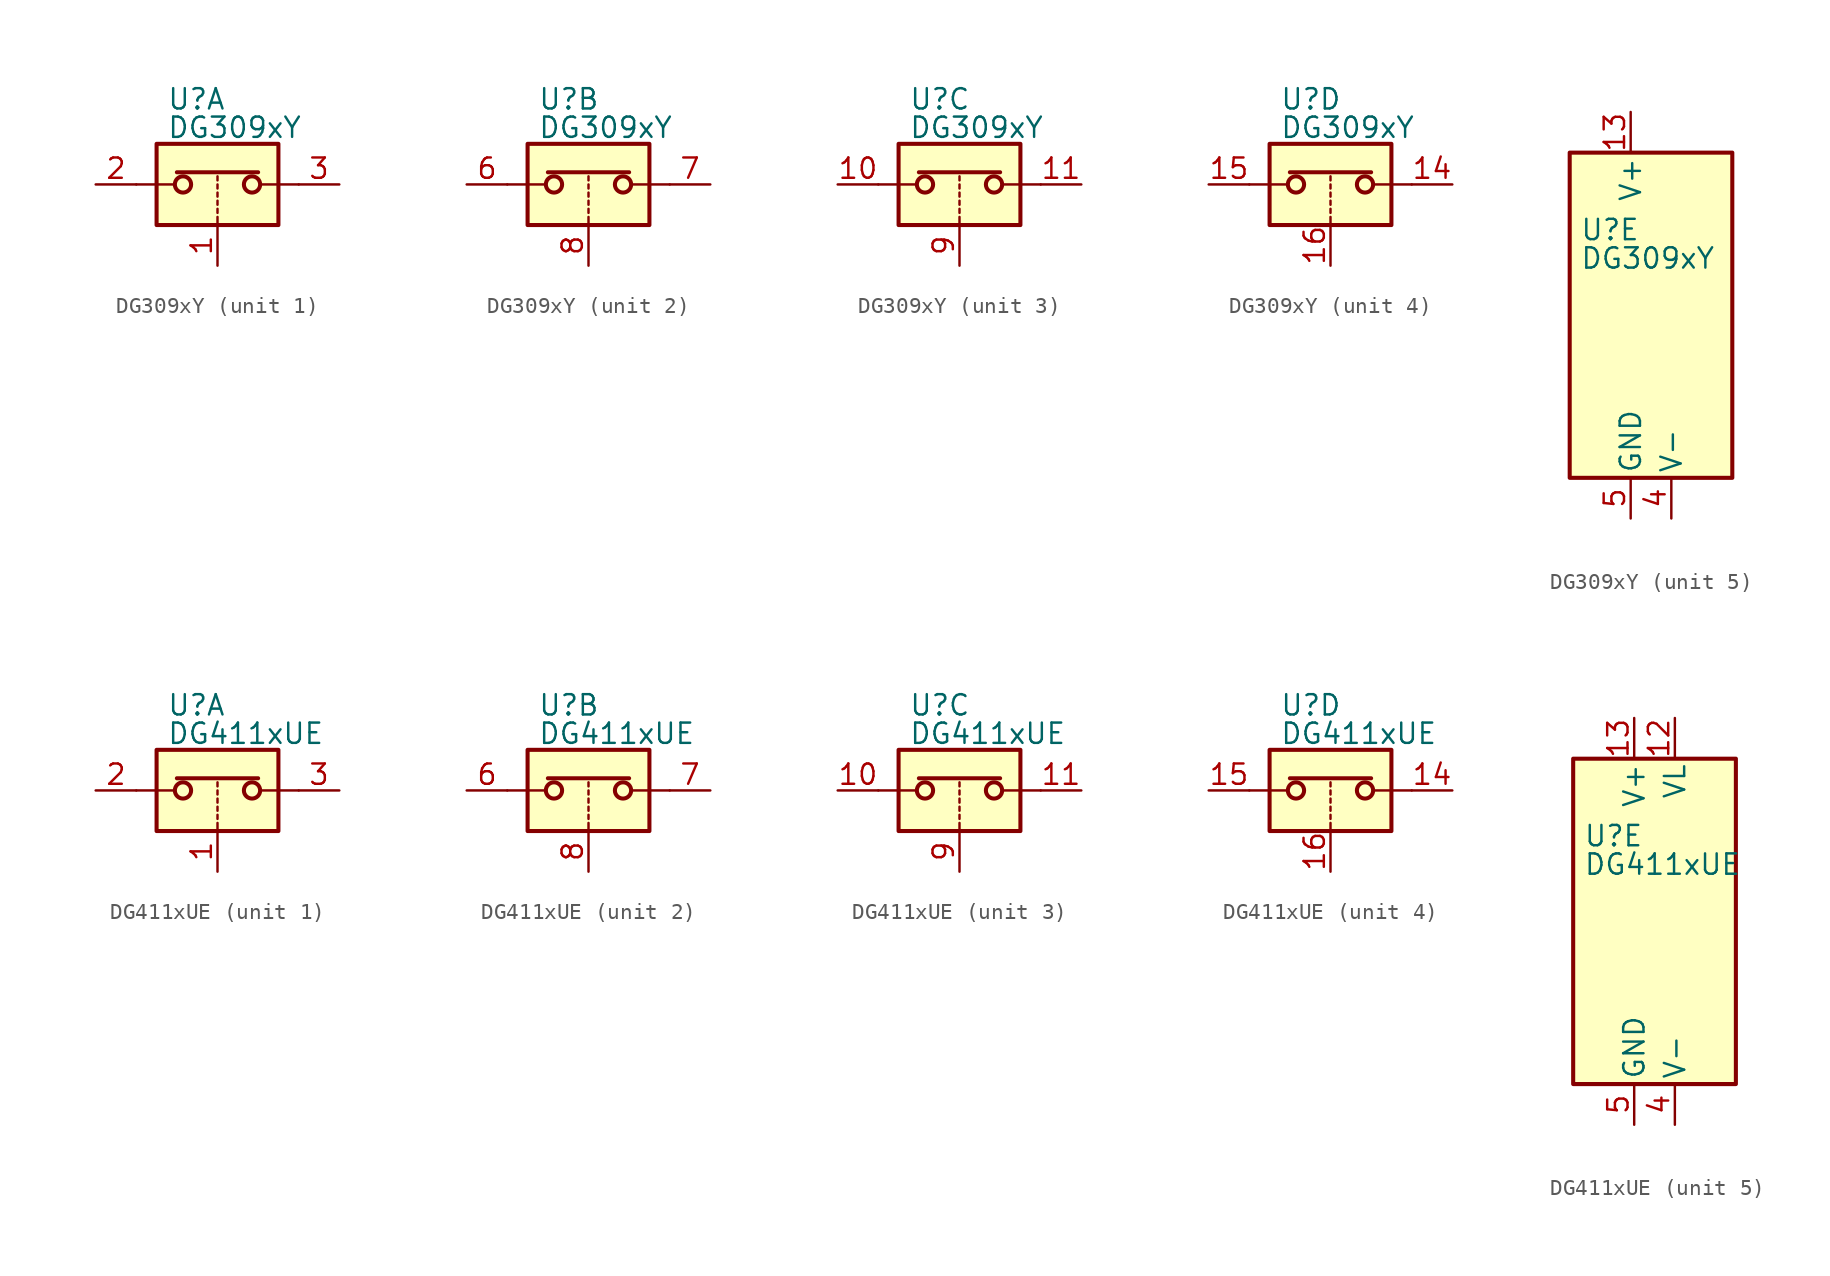
<source format=kicad_sym>
(kicad_symbol_lib
  (version 20211014)
  (generator kicad_symbol_editor)
  (symbol "DG309xY"
    (pin_names
      (offset 0.254))
    (property "Reference" "U"
      (at -3.175 5.334 0)
      (effects (font (size 1.27 1.27)) (justify left)))
    (property "Value" "DG309xY"
      (at -3.175 3.556 0)
      (effects (font (size 1.27 1.27)) (justify left)))
    (symbol "DG309xY_1_1"
      (rectangle (start -3.81 2.54) (end 3.81 -2.54) (stroke (width 0.254) (type default) (color 0 0 0 0)) (fill (type background)))
      (circle (center -2.159 0) (radius 0.508) (stroke (width 0.254) (type default) (color 0 0 0 0)) (fill (type none)))
      (polyline (pts (xy -5.08 0) (xy -2.794 0)) (stroke (width 0) (type default) (color 0 0 0 0)) (fill (type none)))
      (polyline (pts (xy -2.54 0.762) (xy 2.54 0.762)) (stroke (width 0.254) (type default) (color 0 0 0 0)) (fill (type none)))
      (polyline (pts (xy 0 -2.54) (xy 0 -2.032)) (stroke (width 0) (type default) (color 0 0 0 0)) (fill (type none)))
      (polyline (pts (xy 0 -1.778) (xy 0 -1.524)) (stroke (width 0) (type default) (color 0 0 0 0)) (fill (type none)))
      (polyline (pts (xy 0 -1.27) (xy 0 -1.016)) (stroke (width 0) (type default) (color 0 0 0 0)) (fill (type none)))
      (polyline (pts (xy 0 -0.762) (xy 0 -0.508)) (stroke (width 0) (type default) (color 0 0 0 0)) (fill (type none)))
      (polyline (pts (xy 0 -0.254) (xy 0 0)) (stroke (width 0) (type default) (color 0 0 0 0)) (fill (type none)))
      (polyline (pts (xy 0 0.254) (xy 0 0.508)) (stroke (width 0) (type default) (color 0 0 0 0)) (fill (type none)))
      (polyline (pts (xy 5.08 0) (xy 2.794 0)) (stroke (width 0) (type default) (color 0 0 0 0)) (fill (type none)))
      (circle (center 2.159 0) (radius 0.508) (stroke (width 0.254) (type default) (color 0 0 0 0)) (fill (type none)))
      (pin input line (at 0 -5.08 90) (length 2.54) (name "~" (effects (font (size 1.27 1.27)))) (number "1" (effects (font (size 1.27 1.27)))))
      (pin passive line (at -7.62 0 0) (length 2.54) (name "~" (effects (font (size 1.27 1.27)))) (number "2" (effects (font (size 1.27 1.27)))))
      (pin passive line (at 7.62 0 180) (length 2.54) (name "~" (effects (font (size 1.27 1.27)))) (number "3" (effects (font (size 1.27 1.27))))))
    (symbol "DG309xY_2_1"
      (rectangle (start -3.81 2.54) (end 3.81 -2.54) (stroke (width 0.254) (type default) (color 0 0 0 0)) (fill (type background)))
      (circle (center -2.159 0) (radius 0.508) (stroke (width 0.254) (type default) (color 0 0 0 0)) (fill (type none)))
      (polyline (pts (xy -5.08 0) (xy -2.794 0)) (stroke (width 0) (type default) (color 0 0 0 0)) (fill (type none)))
      (polyline (pts (xy -2.54 0.762) (xy 2.54 0.762)) (stroke (width 0.254) (type default) (color 0 0 0 0)) (fill (type none)))
      (polyline (pts (xy 0 -2.54) (xy 0 -2.032)) (stroke (width 0) (type default) (color 0 0 0 0)) (fill (type none)))
      (polyline (pts (xy 0 -1.778) (xy 0 -1.524)) (stroke (width 0) (type default) (color 0 0 0 0)) (fill (type none)))
      (polyline (pts (xy 0 -1.27) (xy 0 -1.016)) (stroke (width 0) (type default) (color 0 0 0 0)) (fill (type none)))
      (polyline (pts (xy 0 -0.762) (xy 0 -0.508)) (stroke (width 0) (type default) (color 0 0 0 0)) (fill (type none)))
      (polyline (pts (xy 0 -0.254) (xy 0 0)) (stroke (width 0) (type default) (color 0 0 0 0)) (fill (type none)))
      (polyline (pts (xy 0 0.254) (xy 0 0.508)) (stroke (width 0) (type default) (color 0 0 0 0)) (fill (type none)))
      (polyline (pts (xy 5.08 0) (xy 2.794 0)) (stroke (width 0) (type default) (color 0 0 0 0)) (fill (type none)))
      (circle (center 2.159 0) (radius 0.508) (stroke (width 0.254) (type default) (color 0 0 0 0)) (fill (type none)))
      (pin passive line (at -7.62 0 0) (length 2.54) (name "~" (effects (font (size 1.27 1.27)))) (number "6" (effects (font (size 1.27 1.27)))))
      (pin passive line (at 7.62 0 180) (length 2.54) (name "~" (effects (font (size 1.27 1.27)))) (number "7" (effects (font (size 1.27 1.27)))))
      (pin input line (at 0 -5.08 90) (length 2.54) (name "~" (effects (font (size 1.27 1.27)))) (number "8" (effects (font (size 1.27 1.27))))))
    (symbol "DG309xY_3_1"
      (rectangle (start -3.81 2.54) (end 3.81 -2.54) (stroke (width 0.254) (type default) (color 0 0 0 0)) (fill (type background)))
      (circle (center -2.159 0) (radius 0.508) (stroke (width 0.254) (type default) (color 0 0 0 0)) (fill (type none)))
      (polyline (pts (xy -5.08 0) (xy -2.794 0)) (stroke (width 0) (type default) (color 0 0 0 0)) (fill (type none)))
      (polyline (pts (xy -2.54 0.762) (xy 2.54 0.762)) (stroke (width 0.254) (type default) (color 0 0 0 0)) (fill (type none)))
      (polyline (pts (xy 0 -2.54) (xy 0 -2.032)) (stroke (width 0) (type default) (color 0 0 0 0)) (fill (type none)))
      (polyline (pts (xy 0 -1.778) (xy 0 -1.524)) (stroke (width 0) (type default) (color 0 0 0 0)) (fill (type none)))
      (polyline (pts (xy 0 -1.27) (xy 0 -1.016)) (stroke (width 0) (type default) (color 0 0 0 0)) (fill (type none)))
      (polyline (pts (xy 0 -0.762) (xy 0 -0.508)) (stroke (width 0) (type default) (color 0 0 0 0)) (fill (type none)))
      (polyline (pts (xy 0 -0.254) (xy 0 0)) (stroke (width 0) (type default) (color 0 0 0 0)) (fill (type none)))
      (polyline (pts (xy 0 0.254) (xy 0 0.508)) (stroke (width 0) (type default) (color 0 0 0 0)) (fill (type none)))
      (polyline (pts (xy 5.08 0) (xy 2.794 0)) (stroke (width 0) (type default) (color 0 0 0 0)) (fill (type none)))
      (circle (center 2.159 0) (radius 0.508) (stroke (width 0.254) (type default) (color 0 0 0 0)) (fill (type none)))
      (pin passive line (at -7.62 0 0) (length 2.54) (name "~" (effects (font (size 1.27 1.27)))) (number "10" (effects (font (size 1.27 1.27)))))
      (pin passive line (at 7.62 0 180) (length 2.54) (name "~" (effects (font (size 1.27 1.27)))) (number "11" (effects (font (size 1.27 1.27)))))
      (pin input line (at 0 -5.08 90) (length 2.54) (name "~" (effects (font (size 1.27 1.27)))) (number "9" (effects (font (size 1.27 1.27))))))
    (symbol "DG309xY_4_1"
      (rectangle (start -3.81 2.54) (end 3.81 -2.54) (stroke (width 0.254) (type default) (color 0 0 0 0)) (fill (type background)))
      (circle (center -2.159 0) (radius 0.508) (stroke (width 0.254) (type default) (color 0 0 0 0)) (fill (type none)))
      (polyline (pts (xy -5.08 0) (xy -2.794 0)) (stroke (width 0) (type default) (color 0 0 0 0)) (fill (type none)))
      (polyline (pts (xy -2.54 0.762) (xy 2.54 0.762)) (stroke (width 0.254) (type default) (color 0 0 0 0)) (fill (type none)))
      (polyline (pts (xy 0 -2.54) (xy 0 -2.032)) (stroke (width 0) (type default) (color 0 0 0 0)) (fill (type none)))
      (polyline (pts (xy 0 -1.778) (xy 0 -1.524)) (stroke (width 0) (type default) (color 0 0 0 0)) (fill (type none)))
      (polyline (pts (xy 0 -1.27) (xy 0 -1.016)) (stroke (width 0) (type default) (color 0 0 0 0)) (fill (type none)))
      (polyline (pts (xy 0 -0.762) (xy 0 -0.508)) (stroke (width 0) (type default) (color 0 0 0 0)) (fill (type none)))
      (polyline (pts (xy 0 -0.254) (xy 0 0)) (stroke (width 0) (type default) (color 0 0 0 0)) (fill (type none)))
      (polyline (pts (xy 0 0.254) (xy 0 0.508)) (stroke (width 0) (type default) (color 0 0 0 0)) (fill (type none)))
      (polyline (pts (xy 5.08 0) (xy 2.794 0)) (stroke (width 0) (type default) (color 0 0 0 0)) (fill (type none)))
      (circle (center 2.159 0) (radius 0.508) (stroke (width 0.254) (type default) (color 0 0 0 0)) (fill (type none)))
      (pin passive line (at 7.62 0 180) (length 2.54) (name "~" (effects (font (size 1.27 1.27)))) (number "14" (effects (font (size 1.27 1.27)))))
      (pin passive line (at -7.62 0 0) (length 2.54) (name "~" (effects (font (size 1.27 1.27)))) (number "15" (effects (font (size 1.27 1.27)))))
      (pin input line (at 0 -5.08 90) (length 2.54) (name "~" (effects (font (size 1.27 1.27)))) (number "16" (effects (font (size 1.27 1.27))))))
    (symbol "DG309xY_5_0"
      (pin no_connect line (at 2.54 10.16 270) (length 2.54) hide (name "NC" (effects (font (size 1.27 1.27)))) (number "12" (effects (font (size 1.27 1.27)))))
      (pin power_in line (at 0 12.7 270) (length 2.54) (name "V+" (effects (font (size 1.27 1.27)))) (number "13" (effects (font (size 1.27 1.27)))))
      (pin power_in line (at 2.54 -12.7 90) (length 2.54) (name "V-" (effects (font (size 1.27 1.27)))) (number "4" (effects (font (size 1.27 1.27)))))
      (pin power_in line (at 0 -12.7 90) (length 2.54) (name "GND" (effects (font (size 1.27 1.27)))) (number "5" (effects (font (size 1.27 1.27))))))
    (symbol "DG309xY_5_1"
      (rectangle (start -3.81 10.16) (end 6.35 -10.16) (stroke (width 0.254) (type default) (color 0 0 0 0)) (fill (type background)))))
  (symbol "DG411xUE"
    (pin_names
      (offset 0.254))
    (property "Reference" "U"
      (at -3.175 5.334 0)
      (effects (font (size 1.27 1.27)) (justify left)))
    (property "Value" "DG411xUE"
      (at -3.175 3.556 0)
      (effects (font (size 1.27 1.27)) (justify left)))
    (symbol "DG411xUE_1_1"
      (rectangle (start -3.81 2.54) (end 3.81 -2.54) (stroke (width 0.254) (type default) (color 0 0 0 0)) (fill (type background)))
      (circle (center -2.159 0) (radius 0.508) (stroke (width 0.254) (type default) (color 0 0 0 0)) (fill (type none)))
      (polyline (pts (xy -5.08 0) (xy -2.794 0)) (stroke (width 0) (type default) (color 0 0 0 0)) (fill (type none)))
      (polyline (pts (xy -2.54 0.762) (xy 2.54 0.762)) (stroke (width 0.254) (type default) (color 0 0 0 0)) (fill (type none)))
      (polyline (pts (xy 0 -2.54) (xy 0 -2.032)) (stroke (width 0) (type default) (color 0 0 0 0)) (fill (type none)))
      (polyline (pts (xy 0 -1.778) (xy 0 -1.524)) (stroke (width 0) (type default) (color 0 0 0 0)) (fill (type none)))
      (polyline (pts (xy 0 -1.27) (xy 0 -1.016)) (stroke (width 0) (type default) (color 0 0 0 0)) (fill (type none)))
      (polyline (pts (xy 0 -0.762) (xy 0 -0.508)) (stroke (width 0) (type default) (color 0 0 0 0)) (fill (type none)))
      (polyline (pts (xy 0 -0.254) (xy 0 0)) (stroke (width 0) (type default) (color 0 0 0 0)) (fill (type none)))
      (polyline (pts (xy 0 0.254) (xy 0 0.508)) (stroke (width 0) (type default) (color 0 0 0 0)) (fill (type none)))
      (polyline (pts (xy 5.08 0) (xy 2.794 0)) (stroke (width 0) (type default) (color 0 0 0 0)) (fill (type none)))
      (circle (center 2.159 0) (radius 0.508) (stroke (width 0.254) (type default) (color 0 0 0 0)) (fill (type none)))
      (pin input line (at 0 -5.08 90) (length 2.54) (name "~" (effects (font (size 1.27 1.27)))) (number "1" (effects (font (size 1.27 1.27)))))
      (pin passive line (at -7.62 0 0) (length 2.54) (name "~" (effects (font (size 1.27 1.27)))) (number "2" (effects (font (size 1.27 1.27)))))
      (pin passive line (at 7.62 0 180) (length 2.54) (name "~" (effects (font (size 1.27 1.27)))) (number "3" (effects (font (size 1.27 1.27))))))
    (symbol "DG411xUE_2_1"
      (rectangle (start -3.81 2.54) (end 3.81 -2.54) (stroke (width 0.254) (type default) (color 0 0 0 0)) (fill (type background)))
      (circle (center -2.159 0) (radius 0.508) (stroke (width 0.254) (type default) (color 0 0 0 0)) (fill (type none)))
      (polyline (pts (xy -5.08 0) (xy -2.794 0)) (stroke (width 0) (type default) (color 0 0 0 0)) (fill (type none)))
      (polyline (pts (xy -2.54 0.762) (xy 2.54 0.762)) (stroke (width 0.254) (type default) (color 0 0 0 0)) (fill (type none)))
      (polyline (pts (xy 0 -2.54) (xy 0 -2.032)) (stroke (width 0) (type default) (color 0 0 0 0)) (fill (type none)))
      (polyline (pts (xy 0 -1.778) (xy 0 -1.524)) (stroke (width 0) (type default) (color 0 0 0 0)) (fill (type none)))
      (polyline (pts (xy 0 -1.27) (xy 0 -1.016)) (stroke (width 0) (type default) (color 0 0 0 0)) (fill (type none)))
      (polyline (pts (xy 0 -0.762) (xy 0 -0.508)) (stroke (width 0) (type default) (color 0 0 0 0)) (fill (type none)))
      (polyline (pts (xy 0 -0.254) (xy 0 0)) (stroke (width 0) (type default) (color 0 0 0 0)) (fill (type none)))
      (polyline (pts (xy 0 0.254) (xy 0 0.508)) (stroke (width 0) (type default) (color 0 0 0 0)) (fill (type none)))
      (polyline (pts (xy 5.08 0) (xy 2.794 0)) (stroke (width 0) (type default) (color 0 0 0 0)) (fill (type none)))
      (circle (center 2.159 0) (radius 0.508) (stroke (width 0.254) (type default) (color 0 0 0 0)) (fill (type none)))
      (pin passive line (at -7.62 0 0) (length 2.54) (name "~" (effects (font (size 1.27 1.27)))) (number "6" (effects (font (size 1.27 1.27)))))
      (pin passive line (at 7.62 0 180) (length 2.54) (name "~" (effects (font (size 1.27 1.27)))) (number "7" (effects (font (size 1.27 1.27)))))
      (pin input line (at 0 -5.08 90) (length 2.54) (name "~" (effects (font (size 1.27 1.27)))) (number "8" (effects (font (size 1.27 1.27))))))
    (symbol "DG411xUE_3_1"
      (rectangle (start -3.81 2.54) (end 3.81 -2.54) (stroke (width 0.254) (type default) (color 0 0 0 0)) (fill (type background)))
      (circle (center -2.159 0) (radius 0.508) (stroke (width 0.254) (type default) (color 0 0 0 0)) (fill (type none)))
      (polyline (pts (xy -5.08 0) (xy -2.794 0)) (stroke (width 0) (type default) (color 0 0 0 0)) (fill (type none)))
      (polyline (pts (xy -2.54 0.762) (xy 2.54 0.762)) (stroke (width 0.254) (type default) (color 0 0 0 0)) (fill (type none)))
      (polyline (pts (xy 0 -2.54) (xy 0 -2.032)) (stroke (width 0) (type default) (color 0 0 0 0)) (fill (type none)))
      (polyline (pts (xy 0 -1.778) (xy 0 -1.524)) (stroke (width 0) (type default) (color 0 0 0 0)) (fill (type none)))
      (polyline (pts (xy 0 -1.27) (xy 0 -1.016)) (stroke (width 0) (type default) (color 0 0 0 0)) (fill (type none)))
      (polyline (pts (xy 0 -0.762) (xy 0 -0.508)) (stroke (width 0) (type default) (color 0 0 0 0)) (fill (type none)))
      (polyline (pts (xy 0 -0.254) (xy 0 0)) (stroke (width 0) (type default) (color 0 0 0 0)) (fill (type none)))
      (polyline (pts (xy 0 0.254) (xy 0 0.508)) (stroke (width 0) (type default) (color 0 0 0 0)) (fill (type none)))
      (polyline (pts (xy 5.08 0) (xy 2.794 0)) (stroke (width 0) (type default) (color 0 0 0 0)) (fill (type none)))
      (circle (center 2.159 0) (radius 0.508) (stroke (width 0.254) (type default) (color 0 0 0 0)) (fill (type none)))
      (pin passive line (at -7.62 0 0) (length 2.54) (name "~" (effects (font (size 1.27 1.27)))) (number "10" (effects (font (size 1.27 1.27)))))
      (pin passive line (at 7.62 0 180) (length 2.54) (name "~" (effects (font (size 1.27 1.27)))) (number "11" (effects (font (size 1.27 1.27)))))
      (pin input line (at 0 -5.08 90) (length 2.54) (name "~" (effects (font (size 1.27 1.27)))) (number "9" (effects (font (size 1.27 1.27))))))
    (symbol "DG411xUE_4_1"
      (rectangle (start -3.81 2.54) (end 3.81 -2.54) (stroke (width 0.254) (type default) (color 0 0 0 0)) (fill (type background)))
      (circle (center -2.159 0) (radius 0.508) (stroke (width 0.254) (type default) (color 0 0 0 0)) (fill (type none)))
      (polyline (pts (xy -5.08 0) (xy -2.794 0)) (stroke (width 0) (type default) (color 0 0 0 0)) (fill (type none)))
      (polyline (pts (xy -2.54 0.762) (xy 2.54 0.762)) (stroke (width 0.254) (type default) (color 0 0 0 0)) (fill (type none)))
      (polyline (pts (xy 0 -2.54) (xy 0 -2.032)) (stroke (width 0) (type default) (color 0 0 0 0)) (fill (type none)))
      (polyline (pts (xy 0 -1.778) (xy 0 -1.524)) (stroke (width 0) (type default) (color 0 0 0 0)) (fill (type none)))
      (polyline (pts (xy 0 -1.27) (xy 0 -1.016)) (stroke (width 0) (type default) (color 0 0 0 0)) (fill (type none)))
      (polyline (pts (xy 0 -0.762) (xy 0 -0.508)) (stroke (width 0) (type default) (color 0 0 0 0)) (fill (type none)))
      (polyline (pts (xy 0 -0.254) (xy 0 0)) (stroke (width 0) (type default) (color 0 0 0 0)) (fill (type none)))
      (polyline (pts (xy 0 0.254) (xy 0 0.508)) (stroke (width 0) (type default) (color 0 0 0 0)) (fill (type none)))
      (polyline (pts (xy 5.08 0) (xy 2.794 0)) (stroke (width 0) (type default) (color 0 0 0 0)) (fill (type none)))
      (circle (center 2.159 0) (radius 0.508) (stroke (width 0.254) (type default) (color 0 0 0 0)) (fill (type none)))
      (pin passive line (at 7.62 0 180) (length 2.54) (name "~" (effects (font (size 1.27 1.27)))) (number "14" (effects (font (size 1.27 1.27)))))
      (pin passive line (at -7.62 0 0) (length 2.54) (name "~" (effects (font (size 1.27 1.27)))) (number "15" (effects (font (size 1.27 1.27)))))
      (pin input line (at 0 -5.08 90) (length 2.54) (name "~" (effects (font (size 1.27 1.27)))) (number "16" (effects (font (size 1.27 1.27))))))
    (symbol "DG411xUE_5_0"
      (pin power_in line (at 2.54 12.7 270) (length 2.54) (name "VL" (effects (font (size 1.27 1.27)))) (number "12" (effects (font (size 1.27 1.27)))))
      (pin power_in line (at 0 12.7 270) (length 2.54) (name "V+" (effects (font (size 1.27 1.27)))) (number "13" (effects (font (size 1.27 1.27)))))
      (pin power_in line (at 2.54 -12.7 90) (length 2.54) (name "V-" (effects (font (size 1.27 1.27)))) (number "4" (effects (font (size 1.27 1.27)))))
      (pin power_in line (at 0 -12.7 90) (length 2.54) (name "GND" (effects (font (size 1.27 1.27)))) (number "5" (effects (font (size 1.27 1.27))))))
    (symbol "DG411xUE_5_1"
      (rectangle (start -3.81 10.16) (end 6.35 -10.16) (stroke (width 0.254) (type default) (color 0 0 0 0)) (fill (type background))))))
</source>
